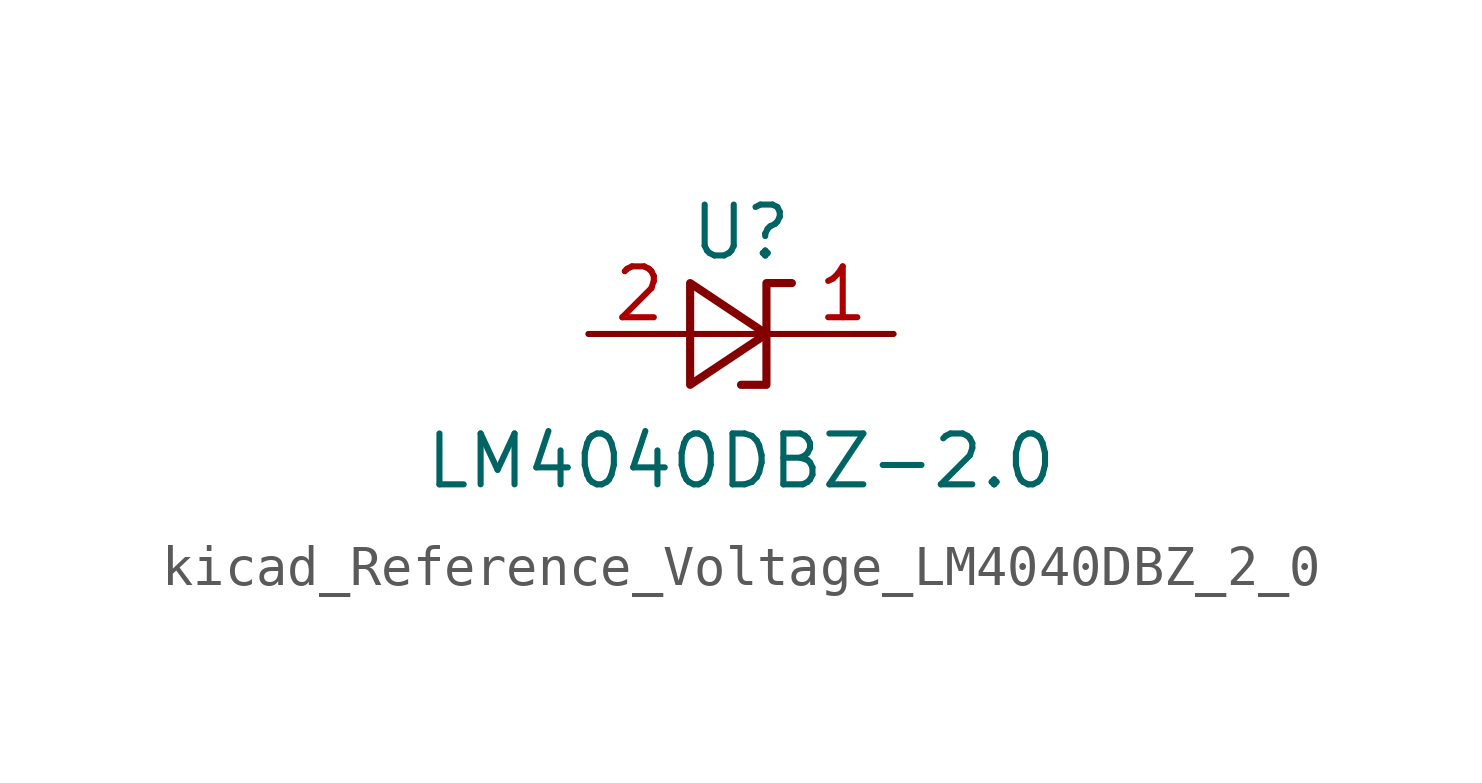
<source format=kicad_sym>
(kicad_symbol_lib
  (version 20220914)
  (generator kicad_symbol_editor)
  (symbol "kicad_Reference_Voltage_LM4040DBZ_2_0"
    (pin_names
      (offset 0.025) hide)
    (property "Reference" "U"
      (at 0 2.54 0)
      (effects (font (size 1.27 1.27))))
    (property "Value" "LM4040DBZ-2.0"
      (at 0 -3.175 0)
      (effects (font (size 1.27 1.27))))
    (symbol "kicad_Reference_Voltage_LM4040DBZ_2_0_0_1"
      (polyline (pts (xy -1.27 0) (xy 0 0) (xy 1.27 0)) (stroke (width 0) (type default)) (fill (type none)))
      (polyline (pts (xy -1.27 -1.27) (xy 0.635 0) (xy -1.27 1.27) (xy -1.27 -1.27)) (stroke (width 0.203) (type default)) (fill (type none)))
      (polyline (pts (xy 0 -1.27) (xy 0.635 -1.27) (xy 0.635 1.27) (xy 1.27 1.27)) (stroke (width 0.203) (type default)) (fill (type none))))
    (symbol "kicad_Reference_Voltage_LM4040DBZ_2_0_1_1"
      (pin passive line (at 3.81 0 180) (length 2.54) (name "K" (effects (font (size 1.27 1.27)))) (number "1" (effects (font (size 1.27 1.27)))))
      (pin passive line (at -3.81 0 0) (length 2.54) (name "A" (effects (font (size 1.27 1.27)))) (number "2" (effects (font (size 1.27 1.27))))))))
</source>
